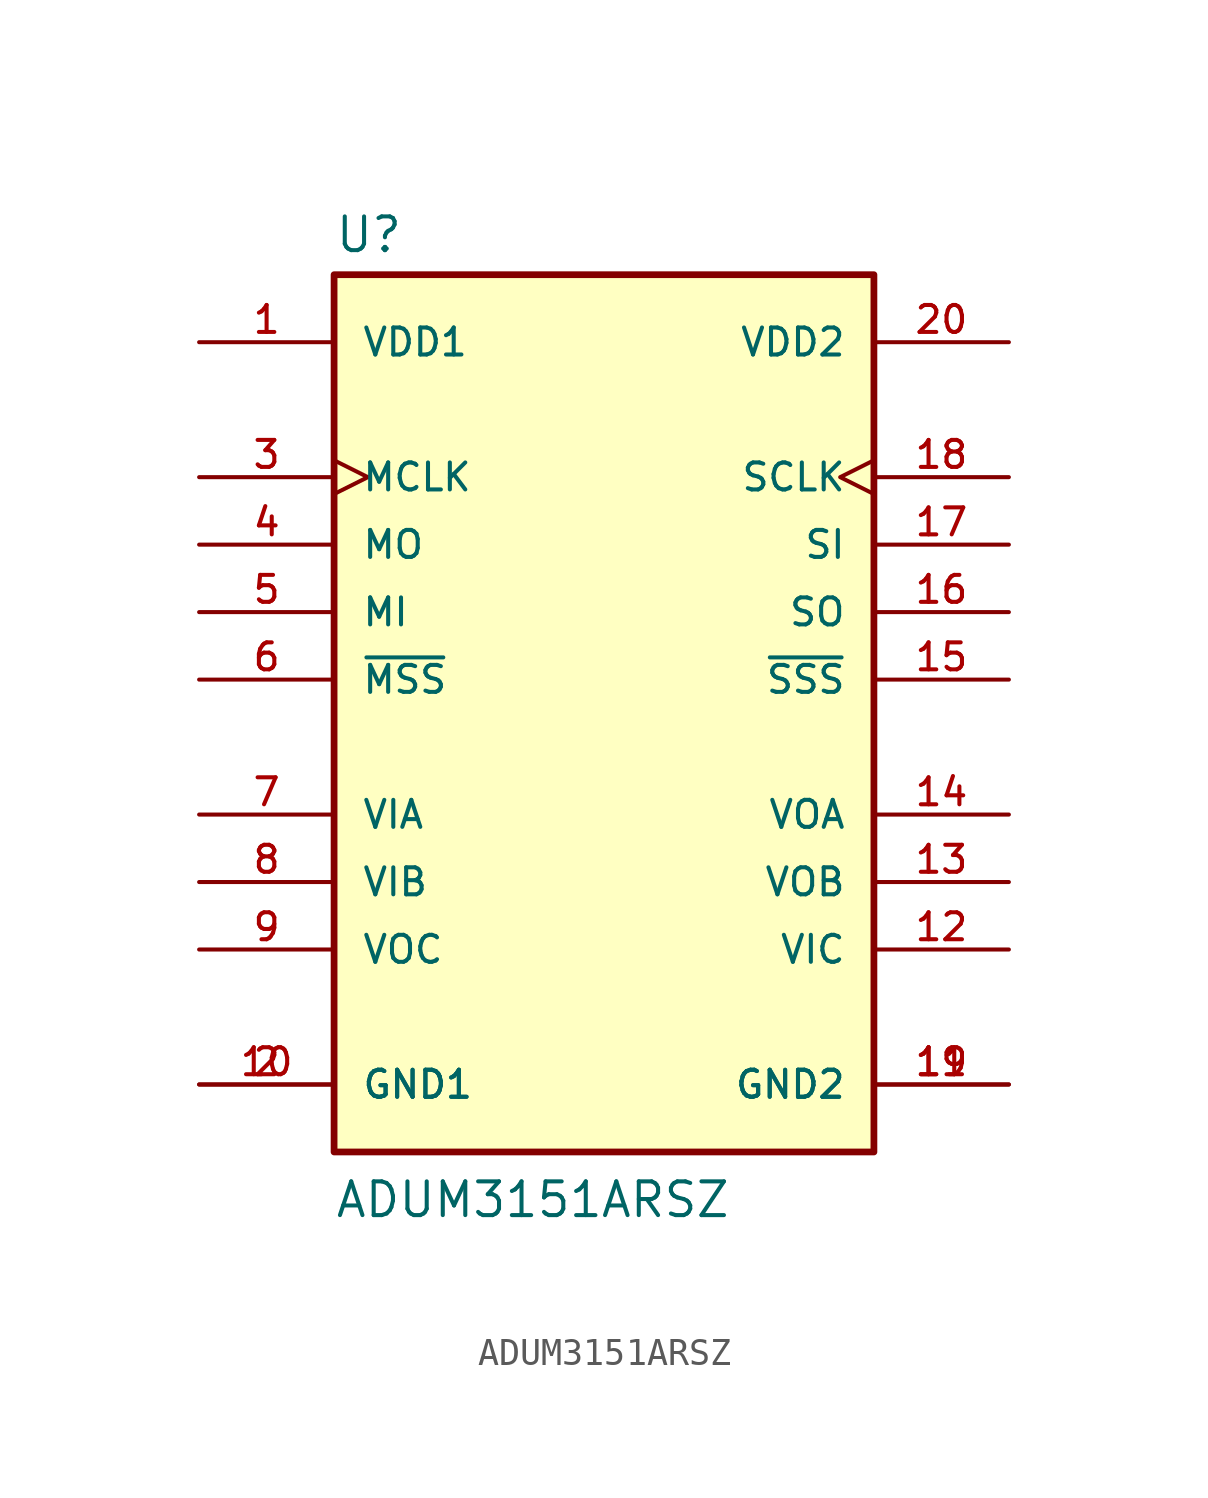
<source format=kicad_sym>
(kicad_symbol_lib
  (version 20211014)
  (generator kicad_symbol_editor)
  (symbol "ADUM3151ARSZ"
    (pin_names
      (offset 1.016))
    (property "Reference" "U"
      (at -10.16 16.002 0)
      (effects (font (size 1.27 1.27)) (justify bottom left)))
    (property "Value" "ADUM3151ARSZ"
      (at -10.16 -20.32 0)
      (effects (font (size 1.27 1.27)) (justify bottom left)))
    (symbol "ADUM3151ARSZ_0_0"
      (rectangle (start -10.16 -17.78) (end 10.16 15.24) (stroke (width 0.254)) (fill (type background)))
      (pin power_in line (at -15.24 12.7 0) (length 5.08) (name "VDD1" (effects (font (size 1.016 1.016)))) (number "1" (effects (font (size 1.016 1.016)))))
      (pin power_in line (at -15.24 -15.24 0) (length 5.08) (name "GND1" (effects (font (size 1.016 1.016)))) (number "2" (effects (font (size 1.016 1.016)))))
      (pin power_in line (at -15.24 -15.24 0) (length 5.08) (name "GND1" (effects (font (size 1.016 1.016)))) (number "10" (effects (font (size 1.016 1.016)))))
      (pin input clock (at -15.24 7.62 0) (length 5.08) (name "MCLK" (effects (font (size 1.016 1.016)))) (number "3" (effects (font (size 1.016 1.016)))))
      (pin input line (at -15.24 5.08 0) (length 5.08) (name "MO" (effects (font (size 1.016 1.016)))) (number "4" (effects (font (size 1.016 1.016)))))
      (pin output line (at -15.24 2.54 0) (length 5.08) (name "MI" (effects (font (size 1.016 1.016)))) (number "5" (effects (font (size 1.016 1.016)))))
      (pin input line (at -15.24 0.0 0) (length 5.08) (name "~{MSS}" (effects (font (size 1.016 1.016)))) (number "6" (effects (font (size 1.016 1.016)))))
      (pin input line (at -15.24 -5.08 0) (length 5.08) (name "VIA" (effects (font (size 1.016 1.016)))) (number "7" (effects (font (size 1.016 1.016)))))
      (pin input line (at -15.24 -7.62 0) (length 5.08) (name "VIB" (effects (font (size 1.016 1.016)))) (number "8" (effects (font (size 1.016 1.016)))))
      (pin output line (at -15.24 -10.16 0) (length 5.08) (name "VOC" (effects (font (size 1.016 1.016)))) (number "9" (effects (font (size 1.016 1.016)))))
      (pin power_in line (at 15.24 -15.24 180.0) (length 5.08) (name "GND2" (effects (font (size 1.016 1.016)))) (number "11" (effects (font (size 1.016 1.016)))))
      (pin power_in line (at 15.24 -15.24 180.0) (length 5.08) (name "GND2" (effects (font (size 1.016 1.016)))) (number "19" (effects (font (size 1.016 1.016)))))
      (pin input line (at 15.24 -10.16 180.0) (length 5.08) (name "VIC" (effects (font (size 1.016 1.016)))) (number "12" (effects (font (size 1.016 1.016)))))
      (pin output line (at 15.24 -7.62 180.0) (length 5.08) (name "VOB" (effects (font (size 1.016 1.016)))) (number "13" (effects (font (size 1.016 1.016)))))
      (pin output line (at 15.24 -5.08 180.0) (length 5.08) (name "VOA" (effects (font (size 1.016 1.016)))) (number "14" (effects (font (size 1.016 1.016)))))
      (pin output line (at 15.24 0.0 180.0) (length 5.08) (name "~{SSS}" (effects (font (size 1.016 1.016)))) (number "15" (effects (font (size 1.016 1.016)))))
      (pin input line (at 15.24 2.54 180.0) (length 5.08) (name "SO" (effects (font (size 1.016 1.016)))) (number "16" (effects (font (size 1.016 1.016)))))
      (pin output line (at 15.24 5.08 180.0) (length 5.08) (name "SI" (effects (font (size 1.016 1.016)))) (number "17" (effects (font (size 1.016 1.016)))))
      (pin output clock (at 15.24 7.62 180.0) (length 5.08) (name "SCLK" (effects (font (size 1.016 1.016)))) (number "18" (effects (font (size 1.016 1.016)))))
      (pin power_in line (at 15.24 12.7 180.0) (length 5.08) (name "VDD2" (effects (font (size 1.016 1.016)))) (number "20" (effects (font (size 1.016 1.016))))))))
</source>
